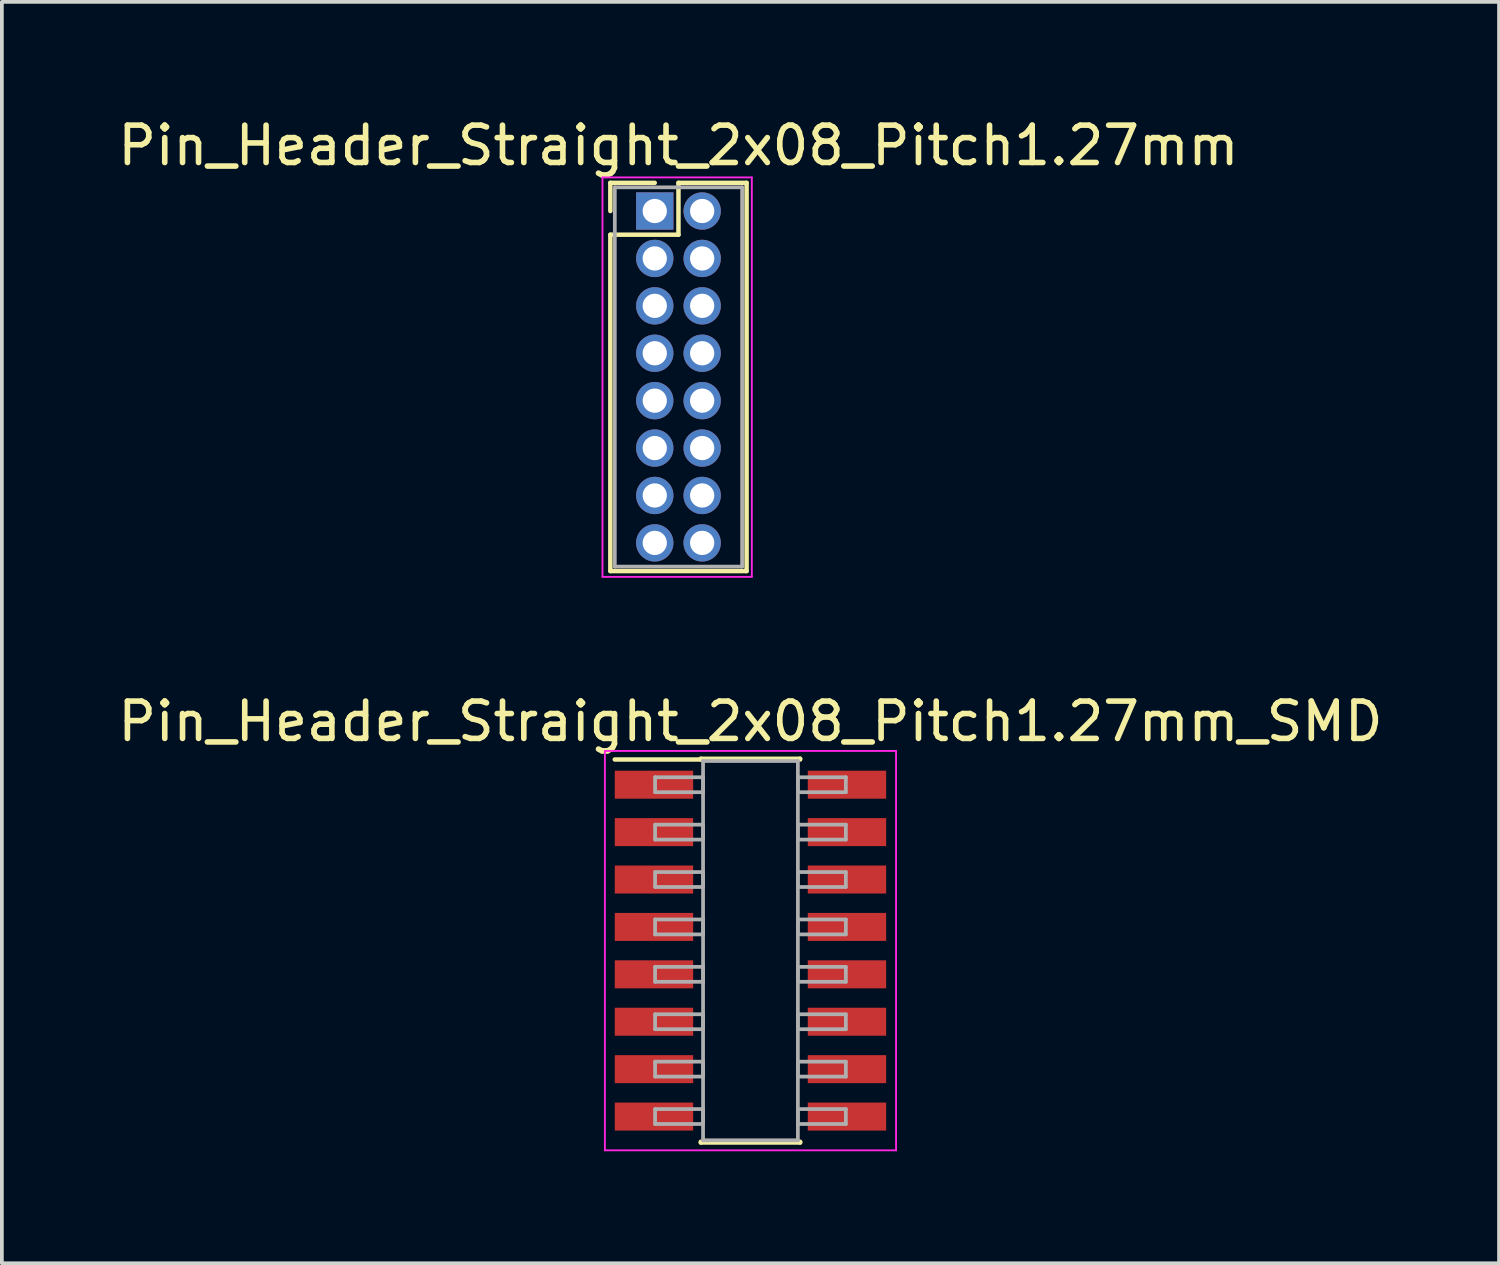
<source format=kicad_pcb>
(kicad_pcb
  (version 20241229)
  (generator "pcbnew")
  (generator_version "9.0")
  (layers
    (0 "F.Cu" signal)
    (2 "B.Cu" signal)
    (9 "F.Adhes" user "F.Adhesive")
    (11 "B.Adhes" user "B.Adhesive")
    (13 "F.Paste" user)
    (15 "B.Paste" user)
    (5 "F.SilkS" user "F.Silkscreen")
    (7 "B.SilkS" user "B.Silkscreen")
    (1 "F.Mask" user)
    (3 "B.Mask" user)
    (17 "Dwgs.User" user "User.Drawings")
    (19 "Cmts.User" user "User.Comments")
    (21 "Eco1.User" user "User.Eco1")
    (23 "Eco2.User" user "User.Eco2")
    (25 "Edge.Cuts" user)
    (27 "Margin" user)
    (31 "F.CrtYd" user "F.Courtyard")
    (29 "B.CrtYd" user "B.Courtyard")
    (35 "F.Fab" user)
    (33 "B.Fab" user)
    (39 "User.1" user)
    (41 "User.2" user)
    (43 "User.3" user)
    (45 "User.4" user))
  (footprint "Pin_Header_Straight_2x08_Pitch1.27mm_SMD"
    (layer "F.Cu")
    (at 17.054 22.416)
    (property "Reference" "Pin_Header_Straight_2x08_Pitch1.27mm_SMD" (at 0 -6.14 0) (layer "F.SilkS") (effects (font (size 1 1) (thickness 0.15))))
    (attr smd)
    (fp_line (start -3.635 -5.12) (end -1.33 -5.12) (stroke (width 0.12) (type solid)) (layer "F.SilkS"))
    (fp_line (start -1.33 -5.14) (end 1.33 -5.14) (stroke (width 0.12) (type solid)) (layer "F.SilkS"))
    (fp_line (start -1.33 -5.12) (end -1.33 -5.14) (stroke (width 0.12) (type solid)) (layer "F.SilkS"))
    (fp_line (start -1.33 5.12) (end -1.33 5.14) (stroke (width 0.12) (type solid)) (layer "F.SilkS"))
    (fp_line (start -1.33 5.14) (end 1.33 5.14) (stroke (width 0.12) (type solid)) (layer "F.SilkS"))
    (fp_line (start 1.33 -5.14) (end 1.33 -5.12) (stroke (width 0.12) (type solid)) (layer "F.SilkS"))
    (fp_line (start 1.33 5.14) (end 1.33 5.12) (stroke (width 0.12) (type solid)) (layer "F.SilkS"))
    (fp_line (start -3.9 -5.35) (end -3.9 5.35) (stroke (width 0.05) (type solid)) (layer "F.CrtYd"))
    (fp_line (start -3.9 5.35) (end 3.9 5.35) (stroke (width 0.05) (type solid)) (layer "F.CrtYd"))
    (fp_line (start 3.9 -5.35) (end -3.9 -5.35) (stroke (width 0.05) (type solid)) (layer "F.CrtYd"))
    (fp_line (start 3.9 5.35) (end 3.9 -5.35) (stroke (width 0.05) (type solid)) (layer "F.CrtYd"))
    (fp_line (start -2.555 -4.645) (end -1.27 -4.645) (stroke (width 0.1) (type solid)) (layer "F.Fab"))
    (fp_line (start -2.555 -4.245) (end -2.555 -4.645) (stroke (width 0.1) (type solid)) (layer "F.Fab"))
    (fp_line (start -2.555 -3.375) (end -1.27 -3.375) (stroke (width 0.1) (type solid)) (layer "F.Fab"))
    (fp_line (start -2.555 -2.975) (end -2.555 -3.375) (stroke (width 0.1) (type solid)) (layer "F.Fab"))
    (fp_line (start -2.555 -2.105) (end -1.27 -2.105) (stroke (width 0.1) (type solid)) (layer "F.Fab"))
    (fp_line (start -2.555 -1.705) (end -2.555 -2.105) (stroke (width 0.1) (type solid)) (layer "F.Fab"))
    (fp_line (start -2.555 -0.835) (end -1.27 -0.835) (stroke (width 0.1) (type solid)) (layer "F.Fab"))
    (fp_line (start -2.555 -0.435) (end -2.555 -0.835) (stroke (width 0.1) (type solid)) (layer "F.Fab"))
    (fp_line (start -2.555 0.435) (end -1.27 0.435) (stroke (width 0.1) (type solid)) (layer "F.Fab"))
    (fp_line (start -2.555 0.835) (end -2.555 0.435) (stroke (width 0.1) (type solid)) (layer "F.Fab"))
    (fp_line (start -2.555 1.705) (end -1.27 1.705) (stroke (width 0.1) (type solid)) (layer "F.Fab"))
    (fp_line (start -2.555 2.105) (end -2.555 1.705) (stroke (width 0.1) (type solid)) (layer "F.Fab"))
    (fp_line (start -2.555 2.975) (end -1.27 2.975) (stroke (width 0.1) (type solid)) (layer "F.Fab"))
    (fp_line (start -2.555 3.375) (end -2.555 2.975) (stroke (width 0.1) (type solid)) (layer "F.Fab"))
    (fp_line (start -2.555 4.245) (end -1.27 4.245) (stroke (width 0.1) (type solid)) (layer "F.Fab"))
    (fp_line (start -2.555 4.645) (end -2.555 4.245) (stroke (width 0.1) (type solid)) (layer "F.Fab"))
    (fp_line (start -1.27 -5.08) (end -1.27 5.08) (stroke (width 0.1) (type solid)) (layer "F.Fab"))
    (fp_line (start -1.27 -4.645) (end -1.27 -4.245) (stroke (width 0.1) (type solid)) (layer "F.Fab"))
    (fp_line (start -1.27 -4.245) (end -2.555 -4.245) (stroke (width 0.1) (type solid)) (layer "F.Fab"))
    (fp_line (start -1.27 -3.375) (end -1.27 -2.975) (stroke (width 0.1) (type solid)) (layer "F.Fab"))
    (fp_line (start -1.27 -2.975) (end -2.555 -2.975) (stroke (width 0.1) (type solid)) (layer "F.Fab"))
    (fp_line (start -1.27 -2.105) (end -1.27 -1.705) (stroke (width 0.1) (type solid)) (layer "F.Fab"))
    (fp_line (start -1.27 -1.705) (end -2.555 -1.705) (stroke (width 0.1) (type solid)) (layer "F.Fab"))
    (fp_line (start -1.27 -0.835) (end -1.27 -0.435) (stroke (width 0.1) (type solid)) (layer "F.Fab"))
    (fp_line (start -1.27 -0.435) (end -2.555 -0.435) (stroke (width 0.1) (type solid)) (layer "F.Fab"))
    (fp_line (start -1.27 0.435) (end -1.27 0.835) (stroke (width 0.1) (type solid)) (layer "F.Fab"))
    (fp_line (start -1.27 0.835) (end -2.555 0.835) (stroke (width 0.1) (type solid)) (layer "F.Fab"))
    (fp_line (start -1.27 1.705) (end -1.27 2.105) (stroke (width 0.1) (type solid)) (layer "F.Fab"))
    (fp_line (start -1.27 2.105) (end -2.555 2.105) (stroke (width 0.1) (type solid)) (layer "F.Fab"))
    (fp_line (start -1.27 2.975) (end -1.27 3.375) (stroke (width 0.1) (type solid)) (layer "F.Fab"))
    (fp_line (start -1.27 3.375) (end -2.555 3.375) (stroke (width 0.1) (type solid)) (layer "F.Fab"))
    (fp_line (start -1.27 4.245) (end -1.27 4.645) (stroke (width 0.1) (type solid)) (layer "F.Fab"))
    (fp_line (start -1.27 4.645) (end -2.555 4.645) (stroke (width 0.1) (type solid)) (layer "F.Fab"))
    (fp_line (start -1.27 5.08) (end 1.27 5.08) (stroke (width 0.1) (type solid)) (layer "F.Fab"))
    (fp_line (start 1.27 -5.08) (end -1.27 -5.08) (stroke (width 0.1) (type solid)) (layer "F.Fab"))
    (fp_line (start 1.27 -4.645) (end 1.27 -4.245) (stroke (width 0.1) (type solid)) (layer "F.Fab"))
    (fp_line (start 1.27 -4.245) (end 2.555 -4.245) (stroke (width 0.1) (type solid)) (layer "F.Fab"))
    (fp_line (start 1.27 -3.375) (end 1.27 -2.975) (stroke (width 0.1) (type solid)) (layer "F.Fab"))
    (fp_line (start 1.27 -2.975) (end 2.555 -2.975) (stroke (width 0.1) (type solid)) (layer "F.Fab"))
    (fp_line (start 1.27 -2.105) (end 1.27 -1.705) (stroke (width 0.1) (type solid)) (layer "F.Fab"))
    (fp_line (start 1.27 -1.705) (end 2.555 -1.705) (stroke (width 0.1) (type solid)) (layer "F.Fab"))
    (fp_line (start 1.27 -0.835) (end 1.27 -0.435) (stroke (width 0.1) (type solid)) (layer "F.Fab"))
    (fp_line (start 1.27 -0.435) (end 2.555 -0.435) (stroke (width 0.1) (type solid)) (layer "F.Fab"))
    (fp_line (start 1.27 0.435) (end 1.27 0.835) (stroke (width 0.1) (type solid)) (layer "F.Fab"))
    (fp_line (start 1.27 0.835) (end 2.555 0.835) (stroke (width 0.1) (type solid)) (layer "F.Fab"))
    (fp_line (start 1.27 1.705) (end 1.27 2.105) (stroke (width 0.1) (type solid)) (layer "F.Fab"))
    (fp_line (start 1.27 2.105) (end 2.555 2.105) (stroke (width 0.1) (type solid)) (layer "F.Fab"))
    (fp_line (start 1.27 2.975) (end 1.27 3.375) (stroke (width 0.1) (type solid)) (layer "F.Fab"))
    (fp_line (start 1.27 3.375) (end 2.555 3.375) (stroke (width 0.1) (type solid)) (layer "F.Fab"))
    (fp_line (start 1.27 4.245) (end 1.27 4.645) (stroke (width 0.1) (type solid)) (layer "F.Fab"))
    (fp_line (start 1.27 4.645) (end 2.555 4.645) (stroke (width 0.1) (type solid)) (layer "F.Fab"))
    (fp_line (start 1.27 5.08) (end 1.27 -5.08) (stroke (width 0.1) (type solid)) (layer "F.Fab"))
    (fp_line (start 2.555 -4.645) (end 1.27 -4.645) (stroke (width 0.1) (type solid)) (layer "F.Fab"))
    (fp_line (start 2.555 -4.245) (end 2.555 -4.645) (stroke (width 0.1) (type solid)) (layer "F.Fab"))
    (fp_line (start 2.555 -3.375) (end 1.27 -3.375) (stroke (width 0.1) (type solid)) (layer "F.Fab"))
    (fp_line (start 2.555 -2.975) (end 2.555 -3.375) (stroke (width 0.1) (type solid)) (layer "F.Fab"))
    (fp_line (start 2.555 -2.105) (end 1.27 -2.105) (stroke (width 0.1) (type solid)) (layer "F.Fab"))
    (fp_line (start 2.555 -1.705) (end 2.555 -2.105) (stroke (width 0.1) (type solid)) (layer "F.Fab"))
    (fp_line (start 2.555 -0.835) (end 1.27 -0.835) (stroke (width 0.1) (type solid)) (layer "F.Fab"))
    (fp_line (start 2.555 -0.435) (end 2.555 -0.835) (stroke (width 0.1) (type solid)) (layer "F.Fab"))
    (fp_line (start 2.555 0.435) (end 1.27 0.435) (stroke (width 0.1) (type solid)) (layer "F.Fab"))
    (fp_line (start 2.555 0.835) (end 2.555 0.435) (stroke (width 0.1) (type solid)) (layer "F.Fab"))
    (fp_line (start 2.555 1.705) (end 1.27 1.705) (stroke (width 0.1) (type solid)) (layer "F.Fab"))
    (fp_line (start 2.555 2.105) (end 2.555 1.705) (stroke (width 0.1) (type solid)) (layer "F.Fab"))
    (fp_line (start 2.555 2.975) (end 1.27 2.975) (stroke (width 0.1) (type solid)) (layer "F.Fab"))
    (fp_line (start 2.555 3.375) (end 2.555 2.975) (stroke (width 0.1) (type solid)) (layer "F.Fab"))
    (fp_line (start 2.555 4.245) (end 1.27 4.245) (stroke (width 0.1) (type solid)) (layer "F.Fab"))
    (fp_line (start 2.555 4.645) (end 2.555 4.245) (stroke (width 0.1) (type solid)) (layer "F.Fab"))
    (pad "1" smd rect (at -2.585 -4.445) (size 2.1 0.75) (layers "F.Cu" "F.Mask"))
    (pad "2" smd rect (at 2.585 -4.445) (size 2.1 0.75) (layers "F.Cu" "F.Mask"))
    (pad "3" smd rect (at -2.585 -3.175) (size 2.1 0.75) (layers "F.Cu" "F.Mask"))
    (pad "4" smd rect (at 2.585 -3.175) (size 2.1 0.75) (layers "F.Cu" "F.Mask"))
    (pad "5" smd rect (at -2.585 -1.905) (size 2.1 0.75) (layers "F.Cu" "F.Mask"))
    (pad "6" smd rect (at 2.585 -1.905) (size 2.1 0.75) (layers "F.Cu" "F.Mask"))
    (pad "7" smd rect (at -2.585 -0.635) (size 2.1 0.75) (layers "F.Cu" "F.Mask"))
    (pad "8" smd rect (at 2.585 -0.635) (size 2.1 0.75) (layers "F.Cu" "F.Mask"))
    (pad "9" smd rect (at -2.585 0.635) (size 2.1 0.75) (layers "F.Cu" "F.Mask"))
    (pad "10" smd rect (at 2.585 0.635) (size 2.1 0.75) (layers "F.Cu" "F.Mask"))
    (pad "11" smd rect (at -2.585 1.905) (size 2.1 0.75) (layers "F.Cu" "F.Mask"))
    (pad "12" smd rect (at 2.585 1.905) (size 2.1 0.75) (layers "F.Cu" "F.Mask"))
    (pad "13" smd rect (at -2.585 3.175) (size 2.1 0.75) (layers "F.Cu" "F.Mask"))
    (pad "14" smd rect (at 2.585 3.175) (size 2.1 0.75) (layers "F.Cu" "F.Mask"))
    (pad "15" smd rect (at -2.585 4.445) (size 2.1 0.75) (layers "F.Cu" "F.Mask"))
    (pad "16" smd rect (at 2.585 4.445) (size 2.1 0.75) (layers "F.Cu" "F.Mask")))
  (footprint "Pin_Header_Straight_2x08_Pitch1.27mm"
    (layer "F.Cu")
    (at 14.49 2.603)
    (property "Reference" "Pin_Header_Straight_2x08_Pitch1.27mm" (at 0.635 -1.755 0) (layer "F.SilkS") (effects (font (size 1 1) (thickness 0.15))))
    (attr through_hole)
    (fp_line (start -1.19 -0.755) (end 0 -0.755) (stroke (width 0.12) (type solid)) (layer "F.SilkS"))
    (fp_line (start -1.19 0) (end -1.19 -0.755) (stroke (width 0.12) (type solid)) (layer "F.SilkS"))
    (fp_line (start -1.19 0.635) (end -1.19 9.645) (stroke (width 0.12) (type solid)) (layer "F.SilkS"))
    (fp_line (start -1.19 9.645) (end 2.46 9.645) (stroke (width 0.12) (type solid)) (layer "F.SilkS"))
    (fp_line (start 0.635 -0.755) (end 0.635 0.635) (stroke (width 0.12) (type solid)) (layer "F.SilkS"))
    (fp_line (start 0.635 0.635) (end -1.19 0.635) (stroke (width 0.12) (type solid)) (layer "F.SilkS"))
    (fp_line (start 2.46 -0.755) (end 0.635 -0.755) (stroke (width 0.12) (type solid)) (layer "F.SilkS"))
    (fp_line (start 2.46 9.645) (end 2.46 -0.755) (stroke (width 0.12) (type solid)) (layer "F.SilkS"))
    (fp_line (start -1.4 -0.9) (end -1.4 9.8) (stroke (width 0.05) (type solid)) (layer "F.CrtYd"))
    (fp_line (start -1.4 9.8) (end 2.6 9.8) (stroke (width 0.05) (type solid)) (layer "F.CrtYd"))
    (fp_line (start 2.6 -0.9) (end -1.4 -0.9) (stroke (width 0.05) (type solid)) (layer "F.CrtYd"))
    (fp_line (start 2.6 9.8) (end 2.6 -0.9) (stroke (width 0.05) (type solid)) (layer "F.CrtYd"))
    (fp_line (start -1.07 -0.635) (end -1.07 9.525) (stroke (width 0.1) (type solid)) (layer "F.Fab"))
    (fp_line (start -1.07 9.525) (end 2.34 9.525) (stroke (width 0.1) (type solid)) (layer "F.Fab"))
    (fp_line (start 2.34 -0.635) (end -1.07 -0.635) (stroke (width 0.1) (type solid)) (layer "F.Fab"))
    (fp_line (start 2.34 9.525) (end 2.34 -0.635) (stroke (width 0.1) (type solid)) (layer "F.Fab"))
    (pad "1" thru_hole rect (at 0 0) (size 1 1) (drill 0.65) (layers "*.Cu" "*.Mask"))
    (pad "2" thru_hole oval (at 1.27 0) (size 1 1) (drill 0.65) (layers "*.Cu" "*.Mask"))
    (pad "3" thru_hole oval (at 0 1.27) (size 1 1) (drill 0.65) (layers "*.Cu" "*.Mask"))
    (pad "4" thru_hole oval (at 1.27 1.27) (size 1 1) (drill 0.65) (layers "*.Cu" "*.Mask"))
    (pad "5" thru_hole oval (at 0 2.54) (size 1 1) (drill 0.65) (layers "*.Cu" "*.Mask"))
    (pad "6" thru_hole oval (at 1.27 2.54) (size 1 1) (drill 0.65) (layers "*.Cu" "*.Mask"))
    (pad "7" thru_hole oval (at 0 3.81) (size 1 1) (drill 0.65) (layers "*.Cu" "*.Mask"))
    (pad "8" thru_hole oval (at 1.27 3.81) (size 1 1) (drill 0.65) (layers "*.Cu" "*.Mask"))
    (pad "9" thru_hole oval (at 0 5.08) (size 1 1) (drill 0.65) (layers "*.Cu" "*.Mask"))
    (pad "10" thru_hole oval (at 1.27 5.08) (size 1 1) (drill 0.65) (layers "*.Cu" "*.Mask"))
    (pad "11" thru_hole oval (at 0 6.35) (size 1 1) (drill 0.65) (layers "*.Cu" "*.Mask"))
    (pad "12" thru_hole oval (at 1.27 6.35) (size 1 1) (drill 0.65) (layers "*.Cu" "*.Mask"))
    (pad "13" thru_hole oval (at 0 7.62) (size 1 1) (drill 0.65) (layers "*.Cu" "*.Mask"))
    (pad "14" thru_hole oval (at 1.27 7.62) (size 1 1) (drill 0.65) (layers "*.Cu" "*.Mask"))
    (pad "15" thru_hole oval (at 0 8.89) (size 1 1) (drill 0.65) (layers "*.Cu" "*.Mask"))
    (pad "16" thru_hole oval (at 1.27 8.89) (size 1 1) (drill 0.65) (layers "*.Cu" "*.Mask")))
  (gr_rect
    (start -3 -3)
    (end 37.107 30.791)
    (stroke (width 0.1) (type default))
    (fill no)
    (layer "Edge.Cuts")))
</source>
